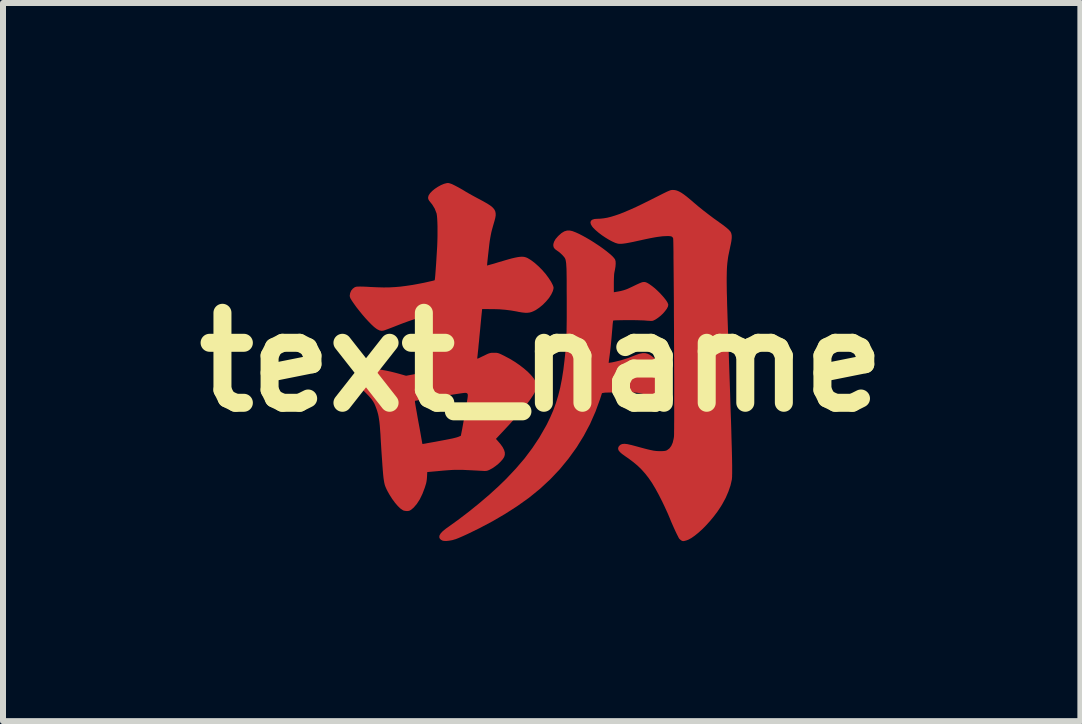
<source format=kicad_pcb>
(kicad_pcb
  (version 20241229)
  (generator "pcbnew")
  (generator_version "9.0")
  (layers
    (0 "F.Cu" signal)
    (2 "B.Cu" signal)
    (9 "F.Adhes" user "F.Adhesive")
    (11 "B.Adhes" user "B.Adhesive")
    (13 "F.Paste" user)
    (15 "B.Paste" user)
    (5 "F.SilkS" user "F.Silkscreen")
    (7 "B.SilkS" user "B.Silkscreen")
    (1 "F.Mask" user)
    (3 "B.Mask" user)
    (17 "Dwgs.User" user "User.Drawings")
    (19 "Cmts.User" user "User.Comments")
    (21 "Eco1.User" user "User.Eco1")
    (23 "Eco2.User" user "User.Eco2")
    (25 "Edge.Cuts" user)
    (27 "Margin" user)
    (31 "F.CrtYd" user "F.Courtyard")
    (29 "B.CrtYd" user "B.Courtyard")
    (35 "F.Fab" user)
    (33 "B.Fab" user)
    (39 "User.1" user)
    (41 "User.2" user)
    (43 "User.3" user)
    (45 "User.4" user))
  (footprint "text_name"
    (layer "F.Cu")
    (at 5.979 2.985)
    (property "Reference" "text_name" (at 0 0 0) (layer "F.SilkS") (effects (font (size 1.5 1.5) (thickness 0.3))))
    (attr board_only exclude_from_pos_files exclude_from_bom)
    (fp_poly (pts (xy 2.219 -2.867) (xy 2.252 -2.859) (xy 2.286 -2.845) (xy 2.325 -2.824) (xy 2.368 -2.795) (xy 2.418 -2.757) (xy 2.476 -2.709) (xy 2.539 -2.655) (xy 2.611 -2.594) (xy 2.693 -2.528) (xy 2.781 -2.46) (xy 2.869 -2.394) (xy 2.955 -2.333) (xy 2.961 -2.328) (xy 3.027 -2.281) (xy 3.079 -2.24) (xy 3.118 -2.206) (xy 3.143 -2.178) (xy 3.15 -2.167) (xy 3.161 -2.14) (xy 3.167 -2.107) (xy 3.167 -2.067) (xy 3.161 -2.016) (xy 3.149 -1.954) (xy 3.144 -1.933) (xy 3.135 -1.888) (xy 3.126 -1.846) (xy 3.118 -1.807) (xy 3.11 -1.769) (xy 3.104 -1.731) (xy 3.099 -1.692) (xy 3.094 -1.652) (xy 3.09 -1.609) (xy 3.087 -1.563) (xy 3.085 -1.513) (xy 3.084 -1.458) (xy 3.083 -1.397) (xy 3.083 -1.328) (xy 3.084 -1.252) (xy 3.085 -1.167) (xy 3.088 -1.072) (xy 3.09 -0.966) (xy 3.094 -0.849) (xy 3.098 -0.72) (xy 3.103 -0.577) (xy 3.108 -0.42) (xy 3.113 -0.287) (xy 3.12 -0.061) (xy 3.127 0.148) (xy 3.134 0.343) (xy 3.14 0.524) (xy 3.145 0.691) (xy 3.15 0.844) (xy 3.155 0.985) (xy 3.159 1.114) (xy 3.162 1.231) (xy 3.165 1.338) (xy 3.168 1.433) (xy 3.17 1.519) (xy 3.172 1.596) (xy 3.173 1.663) (xy 3.174 1.723) (xy 3.174 1.774) (xy 3.174 1.818) (xy 3.174 1.856) (xy 3.173 1.887) (xy 3.173 1.913) (xy 3.171 1.933) (xy 3.17 1.95) (xy 3.169 1.958) (xy 3.147 2.055) (xy 3.112 2.157) (xy 3.067 2.262) (xy 3.01 2.367) (xy 2.98 2.416) (xy 2.927 2.495) (xy 2.868 2.573) (xy 2.806 2.648) (xy 2.742 2.719) (xy 2.677 2.785) (xy 2.613 2.843) (xy 2.551 2.893) (xy 2.494 2.933) (xy 2.442 2.961) (xy 2.41 2.973) (xy 2.379 2.981) (xy 2.358 2.984) (xy 2.342 2.981) (xy 2.326 2.973) (xy 2.324 2.971) (xy 2.306 2.957) (xy 2.294 2.946) (xy 2.284 2.931) (xy 2.27 2.903) (xy 2.251 2.866) (xy 2.23 2.822) (xy 2.207 2.772) (xy 2.184 2.72) (xy 2.161 2.668) (xy 2.141 2.619) (xy 2.122 2.573) (xy 2.098 2.517) (xy 2.07 2.456) (xy 2.042 2.395) (xy 2.014 2.337) (xy 2.01 2.328) (xy 1.95 2.21) (xy 1.893 2.106) (xy 1.838 2.014) (xy 1.781 1.931) (xy 1.723 1.857) (xy 1.662 1.789) (xy 1.596 1.725) (xy 1.524 1.665) (xy 1.444 1.605) (xy 1.39 1.568) (xy 1.34 1.532) (xy 1.305 1.501) (xy 1.282 1.473) (xy 1.273 1.447) (xy 1.276 1.423) (xy 1.286 1.403) (xy 1.309 1.38) (xy 1.339 1.366) (xy 1.378 1.362) (xy 1.427 1.367) (xy 1.488 1.381) (xy 1.49 1.381) (xy 1.576 1.404) (xy 1.649 1.424) (xy 1.709 1.44) (xy 1.759 1.453) (xy 1.801 1.463) (xy 1.835 1.47) (xy 1.863 1.476) (xy 1.888 1.479) (xy 1.91 1.482) (xy 1.931 1.483) (xy 1.953 1.484) (xy 1.966 1.484) (xy 2.008 1.484) (xy 2.038 1.482) (xy 2.059 1.479) (xy 2.077 1.474) (xy 2.089 1.468) (xy 2.128 1.439) (xy 2.159 1.398) (xy 2.183 1.344) (xy 2.199 1.276) (xy 2.204 1.245) (xy 2.205 1.23) (xy 2.206 1.2) (xy 2.206 1.156) (xy 2.207 1.099) (xy 2.207 1.031) (xy 2.208 0.951) (xy 2.208 0.861) (xy 2.208 0.762) (xy 2.208 0.655) (xy 2.208 0.54) (xy 2.208 0.419) (xy 2.208 0.292) (xy 2.207 0.16) (xy 2.207 0.025) (xy 2.206 -0.113) (xy 2.206 -0.253) (xy 2.205 -0.394) (xy 2.205 -0.535) (xy 2.204 -0.675) (xy 2.203 -0.814) (xy 2.203 -0.95) (xy 2.202 -1.082) (xy 2.201 -1.21) (xy 2.2 -1.333) (xy 2.199 -1.449) (xy 2.198 -1.558) (xy 2.197 -1.658) (xy 2.196 -1.75) (xy 2.196 -1.832) (xy 2.195 -1.903) (xy 2.194 -1.962) (xy 2.193 -2.009) (xy 2.192 -2.041) (xy 2.191 -2.06) (xy 2.19 -2.063) (xy 2.182 -2.079) (xy 2.169 -2.091) (xy 2.15 -2.097) (xy 2.122 -2.1) (xy 2.083 -2.1) (xy 2.054 -2.099) (xy 2.015 -2.097) (xy 1.974 -2.092) (xy 1.927 -2.086) (xy 1.873 -2.077) (xy 1.81 -2.065) (xy 1.737 -2.05) (xy 1.651 -2.031) (xy 1.604 -2.021) (xy 1.523 -2.003) (xy 1.457 -1.99) (xy 1.402 -1.98) (xy 1.357 -1.974) (xy 1.322 -1.971) (xy 1.293 -1.971) (xy 1.269 -1.974) (xy 1.269 -1.974) (xy 1.226 -1.987) (xy 1.175 -2.01) (xy 1.119 -2.04) (xy 1.06 -2.076) (xy 1.002 -2.115) (xy 0.947 -2.157) (xy 0.899 -2.198) (xy 0.859 -2.237) (xy 0.838 -2.263) (xy 0.818 -2.299) (xy 0.812 -2.33) (xy 0.821 -2.356) (xy 0.844 -2.374) (xy 0.88 -2.385) (xy 0.919 -2.388) (xy 0.974 -2.39) (xy 1.031 -2.396) (xy 1.091 -2.406) (xy 1.155 -2.422) (xy 1.224 -2.443) (xy 1.3 -2.469) (xy 1.382 -2.502) (xy 1.474 -2.541) (xy 1.574 -2.586) (xy 1.686 -2.64) (xy 1.809 -2.701) (xy 1.896 -2.745) (xy 1.962 -2.778) (xy 2.015 -2.805) (xy 2.058 -2.826) (xy 2.091 -2.842) (xy 2.117 -2.853) (xy 2.137 -2.861) (xy 2.153 -2.866) (xy 2.166 -2.868) (xy 2.179 -2.869) (xy 2.187 -2.869)) (stroke (width 0) (type solid)) (fill yes) (layer "F.Cu"))
    (fp_poly (pts (xy 0.516 -2.182) (xy 0.517 -2.181) (xy 0.569 -2.161) (xy 0.628 -2.134) (xy 0.691 -2.101) (xy 0.759 -2.063) (xy 0.828 -2.022) (xy 0.896 -1.978) (xy 0.963 -1.934) (xy 1.026 -1.889) (xy 1.084 -1.845) (xy 1.134 -1.804) (xy 1.176 -1.767) (xy 1.206 -1.734) (xy 1.222 -1.711) (xy 1.231 -1.681) (xy 1.233 -1.64) (xy 1.229 -1.589) (xy 1.219 -1.532) (xy 1.218 -1.528) (xy 1.212 -1.498) (xy 1.207 -1.467) (xy 1.205 -1.43) (xy 1.203 -1.386) (xy 1.202 -1.33) (xy 1.202 -1.312) (xy 1.202 -1.164) (xy 1.266 -1.175) (xy 1.319 -1.185) (xy 1.371 -1.199) (xy 1.424 -1.218) (xy 1.484 -1.245) (xy 1.536 -1.27) (xy 1.588 -1.295) (xy 1.628 -1.313) (xy 1.659 -1.326) (xy 1.683 -1.333) (xy 1.703 -1.335) (xy 1.72 -1.334) (xy 1.724 -1.334) (xy 1.754 -1.323) (xy 1.79 -1.302) (xy 1.831 -1.273) (xy 1.876 -1.238) (xy 1.921 -1.198) (xy 1.965 -1.155) (xy 2.006 -1.111) (xy 2.043 -1.068) (xy 2.074 -1.028) (xy 2.096 -0.993) (xy 2.108 -0.963) (xy 2.109 -0.952) (xy 2.103 -0.923) (xy 2.085 -0.889) (xy 2.057 -0.851) (xy 2.023 -0.811) (xy 1.983 -0.773) (xy 1.94 -0.739) (xy 1.897 -0.71) (xy 1.879 -0.701) (xy 1.865 -0.694) (xy 1.853 -0.689) (xy 1.838 -0.687) (xy 1.819 -0.686) (xy 1.792 -0.688) (xy 1.754 -0.69) (xy 1.724 -0.693) (xy 1.69 -0.695) (xy 1.646 -0.696) (xy 1.596 -0.698) (xy 1.54 -0.699) (xy 1.482 -0.699) (xy 1.424 -0.699) (xy 1.367 -0.699) (xy 1.315 -0.698) (xy 1.269 -0.697) (xy 1.231 -0.696) (xy 1.205 -0.694) (xy 1.192 -0.692) (xy 1.191 -0.692) (xy 1.189 -0.683) (xy 1.186 -0.66) (xy 1.182 -0.627) (xy 1.179 -0.585) (xy 1.175 -0.537) (xy 1.174 -0.529) (xy 1.163 -0.398) (xy 1.151 -0.273) (xy 1.138 -0.158) (xy 1.126 -0.069) (xy 1.121 -0.035) (xy 1.118 -0.008) (xy 1.116 0.009) (xy 1.117 0.013) (xy 1.125 0.012) (xy 1.146 0.009) (xy 1.176 0.004) (xy 1.213 -0.004) (xy 1.218 -0.005) (xy 1.325 -0.031) (xy 1.441 -0.068) (xy 1.564 -0.116) (xy 1.626 -0.138) (xy 1.68 -0.149) (xy 1.727 -0.149) (xy 1.764 -0.139) (xy 1.8 -0.122) (xy 1.841 -0.094) (xy 1.887 -0.058) (xy 1.934 -0.017) (xy 1.981 0.028) (xy 2.026 0.075) (xy 2.067 0.121) (xy 2.1 0.164) (xy 2.125 0.202) (xy 2.14 0.234) (xy 2.14 0.235) (xy 2.143 0.261) (xy 2.14 0.283) (xy 2.127 0.311) (xy 2.103 0.344) (xy 2.069 0.382) (xy 2.03 0.42) (xy 1.987 0.457) (xy 1.942 0.49) (xy 1.899 0.517) (xy 1.883 0.526) (xy 1.856 0.538) (xy 1.83 0.545) (xy 1.802 0.548) (xy 1.77 0.546) (xy 1.729 0.539) (xy 1.676 0.528) (xy 1.674 0.527) (xy 1.648 0.522) (xy 1.625 0.517) (xy 1.603 0.513) (xy 1.579 0.51) (xy 1.553 0.508) (xy 1.521 0.507) (xy 1.48 0.506) (xy 1.43 0.506) (xy 1.368 0.506) (xy 1.321 0.506) (xy 1.257 0.506) (xy 1.197 0.506) (xy 1.143 0.507) (xy 1.098 0.508) (xy 1.062 0.509) (xy 1.04 0.511) (xy 1.034 0.512) (xy 1.004 0.518) (xy 0.973 0.615) (xy 0.896 0.827) (xy 0.805 1.033) (xy 0.699 1.232) (xy 0.58 1.424) (xy 0.447 1.608) (xy 0.302 1.785) (xy 0.144 1.952) (xy -0.026 2.11) (xy -0.208 2.258) (xy -0.227 2.272) (xy -0.408 2.401) (xy -0.604 2.527) (xy -0.814 2.65) (xy -1.038 2.769) (xy -1.214 2.855) (xy -1.265 2.879) (xy -1.316 2.902) (xy -1.364 2.923) (xy -1.405 2.94) (xy -1.436 2.952) (xy -1.441 2.953) (xy -1.492 2.968) (xy -1.544 2.977) (xy -1.592 2.982) (xy -1.632 2.98) (xy -1.655 2.975) (xy -1.678 2.962) (xy -1.696 2.946) (xy -1.697 2.945) (xy -1.708 2.918) (xy -1.703 2.888) (xy -1.683 2.854) (xy -1.647 2.816) (xy -1.596 2.775) (xy -1.582 2.765) (xy -1.398 2.633) (xy -1.218 2.496) (xy -1.045 2.356) (xy -0.879 2.215) (xy -0.724 2.074) (xy -0.593 1.947) (xy -0.433 1.777) (xy -0.287 1.607) (xy -0.157 1.434) (xy -0.04 1.258) (xy 0.064 1.077) (xy 0.085 1.039) (xy 0.142 0.921) (xy 0.193 0.803) (xy 0.237 0.682) (xy 0.275 0.557) (xy 0.308 0.426) (xy 0.336 0.285) (xy 0.36 0.133) (xy 0.38 -0.032) (xy 0.381 -0.042) (xy 0.388 -0.105) (xy 0.394 -0.164) (xy 0.399 -0.219) (xy 0.403 -0.274) (xy 0.407 -0.328) (xy 0.41 -0.384) (xy 0.412 -0.444) (xy 0.414 -0.509) (xy 0.415 -0.58) (xy 0.416 -0.66) (xy 0.417 -0.749) (xy 0.417 -0.85) (xy 0.417 -0.965) (xy 0.417 -1.056) (xy 0.416 -1.173) (xy 0.416 -1.275) (xy 0.416 -1.363) (xy 0.415 -1.439) (xy 0.414 -1.503) (xy 0.413 -1.557) (xy 0.41 -1.602) (xy 0.408 -1.639) (xy 0.404 -1.669) (xy 0.4 -1.693) (xy 0.395 -1.713) (xy 0.388 -1.729) (xy 0.38 -1.742) (xy 0.371 -1.754) (xy 0.36 -1.766) (xy 0.348 -1.78) (xy 0.344 -1.784) (xy 0.316 -1.811) (xy 0.284 -1.838) (xy 0.255 -1.858) (xy 0.221 -1.883) (xy 0.201 -1.909) (xy 0.193 -1.938) (xy 0.194 -1.968) (xy 0.207 -2.009) (xy 0.231 -2.051) (xy 0.268 -2.094) (xy 0.284 -2.11) (xy 0.332 -2.152) (xy 0.377 -2.179) (xy 0.421 -2.192) (xy 0.467 -2.193)) (stroke (width 0) (type solid)) (fill yes) (layer "F.Cu"))
    (fp_poly (pts (xy -1.535 -2.98) (xy -1.497 -2.967) (xy -1.448 -2.943) (xy -1.387 -2.911) (xy -1.313 -2.869) (xy -1.266 -2.84) (xy -1.221 -2.814) (xy -1.168 -2.784) (xy -1.113 -2.754) (xy -1.061 -2.726) (xy -1.047 -2.719) (xy -0.971 -2.678) (xy -0.908 -2.642) (xy -0.858 -2.61) (xy -0.82 -2.579) (xy -0.793 -2.549) (xy -0.776 -2.517) (xy -0.768 -2.484) (xy -0.767 -2.446) (xy -0.774 -2.403) (xy -0.787 -2.353) (xy -0.792 -2.336) (xy -0.81 -2.274) (xy -0.825 -2.22) (xy -0.838 -2.171) (xy -0.848 -2.123) (xy -0.857 -2.074) (xy -0.866 -2.021) (xy -0.874 -1.959) (xy -0.882 -1.887) (xy -0.886 -1.851) (xy -0.893 -1.791) (xy -0.899 -1.736) (xy -0.904 -1.689) (xy -0.908 -1.651) (xy -0.91 -1.625) (xy -0.911 -1.611) (xy -0.911 -1.61) (xy -0.903 -1.611) (xy -0.883 -1.617) (xy -0.851 -1.626) (xy -0.81 -1.637) (xy -0.763 -1.651) (xy -0.735 -1.66) (xy -0.643 -1.687) (xy -0.565 -1.71) (xy -0.499 -1.728) (xy -0.443 -1.741) (xy -0.397 -1.75) (xy -0.358 -1.755) (xy -0.325 -1.756) (xy -0.296 -1.754) (xy -0.271 -1.748) (xy -0.247 -1.739) (xy -0.234 -1.733) (xy -0.178 -1.699) (xy -0.117 -1.653) (xy -0.055 -1.598) (xy 0.006 -1.537) (xy 0.063 -1.472) (xy 0.113 -1.405) (xy 0.155 -1.341) (xy 0.176 -1.301) (xy 0.19 -1.27) (xy 0.197 -1.246) (xy 0.196 -1.223) (xy 0.189 -1.196) (xy 0.185 -1.182) (xy 0.159 -1.127) (xy 0.122 -1.069) (xy 0.074 -1.012) (xy 0.02 -0.957) (xy -0.038 -0.909) (xy -0.098 -0.868) (xy -0.133 -0.85) (xy -0.168 -0.835) (xy -0.201 -0.826) (xy -0.237 -0.822) (xy -0.278 -0.822) (xy -0.327 -0.827) (xy -0.387 -0.837) (xy -0.414 -0.843) (xy -0.512 -0.86) (xy -0.608 -0.872) (xy -0.705 -0.88) (xy -0.81 -0.883) (xy -0.861 -0.883) (xy -0.993 -0.884) (xy -1.002 -0.798) (xy -1.005 -0.77) (xy -1.009 -0.728) (xy -1.014 -0.676) (xy -1.02 -0.615) (xy -1.026 -0.549) (xy -1.033 -0.478) (xy -1.039 -0.418) (xy -1.045 -0.35) (xy -1.052 -0.285) (xy -1.057 -0.226) (xy -1.063 -0.175) (xy -1.067 -0.134) (xy -1.07 -0.105) (xy -1.072 -0.09) (xy -1.074 -0.069) (xy -1.073 -0.057) (xy -1.072 -0.056) (xy -1.064 -0.059) (xy -1.044 -0.068) (xy -1.015 -0.082) (xy -0.98 -0.099) (xy -0.966 -0.105) (xy -0.926 -0.125) (xy -0.896 -0.139) (xy -0.873 -0.147) (xy -0.854 -0.152) (xy -0.834 -0.155) (xy -0.81 -0.155) (xy -0.796 -0.155) (xy -0.77 -0.155) (xy -0.749 -0.154) (xy -0.73 -0.15) (xy -0.71 -0.144) (xy -0.684 -0.133) (xy -0.651 -0.117) (xy -0.621 -0.102) (xy -0.534 -0.056) (xy -0.45 -0.005) (xy -0.371 0.049) (xy -0.298 0.105) (xy -0.233 0.161) (xy -0.178 0.217) (xy -0.134 0.27) (xy -0.104 0.319) (xy -0.102 0.324) (xy -0.087 0.361) (xy -0.082 0.394) (xy -0.085 0.428) (xy -0.099 0.468) (xy -0.116 0.505) (xy -0.144 0.554) (xy -0.184 0.614) (xy -0.234 0.682) (xy -0.295 0.76) (xy -0.366 0.845) (xy -0.446 0.937) (xy -0.535 1.036) (xy -0.627 1.135) (xy -0.763 1.28) (xy -0.739 1.307) (xy -0.688 1.366) (xy -0.651 1.418) (xy -0.627 1.465) (xy -0.615 1.507) (xy -0.615 1.546) (xy -0.626 1.582) (xy -0.649 1.618) (xy -0.683 1.657) (xy -0.725 1.698) (xy -0.773 1.736) (xy -0.823 1.77) (xy -0.871 1.796) (xy -0.872 1.796) (xy -0.892 1.805) (xy -0.91 1.811) (xy -0.928 1.814) (xy -0.952 1.815) (xy -0.985 1.813) (xy -1.01 1.812) (xy -1.101 1.807) (xy -1.179 1.803) (xy -1.246 1.8) (xy -1.304 1.797) (xy -1.355 1.796) (xy -1.402 1.796) (xy -1.447 1.796) (xy -1.493 1.798) (xy -1.542 1.801) (xy -1.596 1.805) (xy -1.658 1.81) (xy -1.729 1.817) (xy -1.808 1.824) (xy -1.908 1.833) (xy -1.912 1.913) (xy -1.915 1.953) (xy -1.92 1.988) (xy -1.927 2.023) (xy -1.94 2.064) (xy -1.948 2.091) (xy -1.988 2.196) (xy -2.032 2.287) (xy -2.081 2.363) (xy -2.133 2.424) (xy -2.176 2.461) (xy -2.202 2.476) (xy -2.227 2.482) (xy -2.248 2.483) (xy -2.277 2.48) (xy -2.304 2.474) (xy -2.312 2.47) (xy -2.354 2.442) (xy -2.399 2.399) (xy -2.445 2.345) (xy -2.493 2.28) (xy -2.539 2.207) (xy -2.547 2.193) (xy -2.57 2.152) (xy -2.588 2.116) (xy -2.603 2.082) (xy -2.615 2.049) (xy -2.624 2.012) (xy -2.631 1.971) (xy -2.638 1.922) (xy -2.644 1.862) (xy -2.65 1.789) (xy -2.65 1.787) (xy -2.655 1.723) (xy -2.66 1.647) (xy -2.666 1.563) (xy -2.672 1.477) (xy -2.677 1.392) (xy -2.682 1.313) (xy -2.683 1.297) (xy -2.688 1.204) (xy -2.694 1.125) (xy -2.699 1.057) (xy -2.705 1) (xy -2.712 0.951) (xy -2.719 0.908) (xy -2.727 0.87) (xy -2.737 0.834) (xy -2.747 0.8) (xy -2.768 0.743) (xy -2.788 0.695) (xy -2.812 0.653) (xy -2.814 0.65) (xy -2.113 0.65) (xy -2.113 0.657) (xy -2.112 0.67) (xy -2.109 0.688) (xy -2.105 0.714) (xy -2.099 0.749) (xy -2.091 0.795) (xy -2.081 0.851) (xy -2.069 0.921) (xy -2.054 1.004) (xy -2.049 1.03) (xy -2.036 1.1) (xy -2.024 1.166) (xy -2.014 1.224) (xy -2.005 1.275) (xy -1.998 1.315) (xy -1.993 1.344) (xy -1.99 1.36) (xy -1.99 1.362) (xy -1.984 1.365) (xy -1.976 1.364) (xy -1.965 1.362) (xy -1.94 1.358) (xy -1.904 1.351) (xy -1.859 1.343) (xy -1.808 1.334) (xy -1.763 1.326) (xy -1.674 1.309) (xy -1.599 1.295) (xy -1.538 1.283) (xy -1.488 1.273) (xy -1.448 1.263) (xy -1.417 1.255) (xy -1.393 1.247) (xy -1.38 1.242) (xy -1.348 1.228) (xy -1.326 1.116) (xy -1.319 1.078) (xy -1.31 1.027) (xy -1.299 0.968) (xy -1.288 0.903) (xy -1.276 0.836) (xy -1.265 0.772) (xy -1.253 0.703) (xy -1.244 0.648) (xy -1.237 0.605) (xy -1.233 0.573) (xy -1.232 0.55) (xy -1.234 0.534) (xy -1.239 0.525) (xy -1.247 0.519) (xy -1.257 0.515) (xy -1.268 0.513) (xy -1.282 0.513) (xy -1.31 0.516) (xy -1.352 0.522) (xy -1.406 0.53) (xy -1.472 0.54) (xy -1.548 0.552) (xy -1.634 0.566) (xy -1.697 0.577) (xy -1.775 0.59) (xy -1.849 0.602) (xy -1.916 0.613) (xy -1.976 0.623) (xy -2.026 0.632) (xy -2.066 0.638) (xy -2.094 0.643) (xy -2.107 0.645) (xy -2.109 0.645) (xy -2.111 0.645) (xy -2.112 0.646) (xy -2.113 0.65) (xy -2.814 0.65) (xy -2.841 0.612) (xy -2.878 0.57) (xy -2.923 0.523) (xy -2.963 0.483) (xy -2.993 0.452) (xy -3.014 0.429) (xy -3.028 0.411) (xy -3.035 0.396) (xy -3.038 0.382) (xy -3.037 0.367) (xy -3.034 0.35) (xy -3.033 0.349) (xy -3.017 0.299) (xy -2.99 0.249) (xy -2.954 0.202) (xy -2.914 0.161) (xy -2.872 0.132) (xy -2.86 0.126) (xy -2.838 0.117) (xy -2.816 0.113) (xy -2.79 0.113) (xy -2.763 0.115) (xy -2.715 0.121) (xy -2.656 0.131) (xy -2.59 0.143) (xy -2.52 0.158) (xy -2.451 0.175) (xy -2.387 0.192) (xy -2.366 0.198) (xy -2.261 0.228) (xy -2.089 0.196) (xy -2.024 0.183) (xy -1.975 0.173) (xy -1.94 0.164) (xy -1.918 0.157) (xy -1.91 0.151) (xy -1.907 0.14) (xy -1.904 0.116) (xy -1.9 0.08) (xy -1.895 0.035) (xy -1.891 -0.017) (xy -1.886 -0.064) (xy -1.881 -0.126) (xy -1.875 -0.2) (xy -1.868 -0.281) (xy -1.861 -0.364) (xy -1.854 -0.447) (xy -1.848 -0.523) (xy -1.847 -0.529) (xy -1.842 -0.592) (xy -1.837 -0.65) (xy -1.833 -0.7) (xy -1.83 -0.741) (xy -1.827 -0.772) (xy -1.826 -0.789) (xy -1.826 -0.793) (xy -1.833 -0.792) (xy -1.854 -0.787) (xy -1.884 -0.779) (xy -1.922 -0.77) (xy -1.947 -0.764) (xy -2.039 -0.739) (xy -2.13 -0.712) (xy -2.224 -0.68) (xy -2.325 -0.643) (xy -2.436 -0.6) (xy -2.44 -0.598) (xy -2.489 -0.579) (xy -2.536 -0.561) (xy -2.576 -0.546) (xy -2.609 -0.534) (xy -2.63 -0.527) (xy -2.633 -0.526) (xy -2.667 -0.521) (xy -2.701 -0.527) (xy -2.737 -0.544) (xy -2.759 -0.558) (xy -2.795 -0.586) (xy -2.837 -0.625) (xy -2.884 -0.673) (xy -2.935 -0.728) (xy -2.987 -0.788) (xy -3.038 -0.851) (xy -3.088 -0.914) (xy -3.133 -0.977) (xy -3.147 -0.997) (xy -3.171 -1.033) (xy -3.187 -1.06) (xy -3.195 -1.08) (xy -3.199 -1.097) (xy -3.2 -1.107) (xy -3.193 -1.15) (xy -3.176 -1.191) (xy -3.149 -1.224) (xy -3.116 -1.248) (xy -3.092 -1.256) (xy -3.069 -1.258) (xy -3.03 -1.259) (xy -2.975 -1.258) (xy -2.905 -1.255) (xy -2.86 -1.252) (xy -2.744 -1.247) (xy -2.639 -1.244) (xy -2.542 -1.245) (xy -2.448 -1.25) (xy -2.353 -1.258) (xy -2.254 -1.271) (xy -2.153 -1.286) (xy -2.109 -1.294) (xy -2.061 -1.303) (xy -2.009 -1.313) (xy -1.958 -1.323) (xy -1.909 -1.334) (xy -1.865 -1.344) (xy -1.828 -1.352) (xy -1.801 -1.359) (xy -1.786 -1.364) (xy -1.784 -1.365) (xy -1.782 -1.374) (xy -1.779 -1.398) (xy -1.775 -1.436) (xy -1.771 -1.489) (xy -1.766 -1.557) (xy -1.76 -1.64) (xy -1.754 -1.738) (xy -1.747 -1.851) (xy -1.742 -1.934) (xy -1.739 -2.019) (xy -1.737 -2.102) (xy -1.737 -2.183) (xy -1.737 -2.259) (xy -1.739 -2.327) (xy -1.742 -2.387) (xy -1.746 -2.436) (xy -1.751 -2.471) (xy -1.754 -2.482) (xy -1.783 -2.557) (xy -1.825 -2.626) (xy -1.851 -2.658) (xy -1.877 -2.691) (xy -1.891 -2.717) (xy -1.894 -2.742) (xy -1.888 -2.769) (xy -1.882 -2.783) (xy -1.859 -2.817) (xy -1.824 -2.853) (xy -1.78 -2.889) (xy -1.73 -2.922) (xy -1.679 -2.95) (xy -1.629 -2.971) (xy -1.583 -2.983) (xy -1.56 -2.985)) (stroke (width 0) (type solid)) (fill yes) (layer "F.Cu")))
  (gr_rect
    (start -3 -3)
    (end 14.957 8.969)
    (stroke (width 0.1) (type default))
    (fill no)
    (layer "Edge.Cuts")))
</source>
